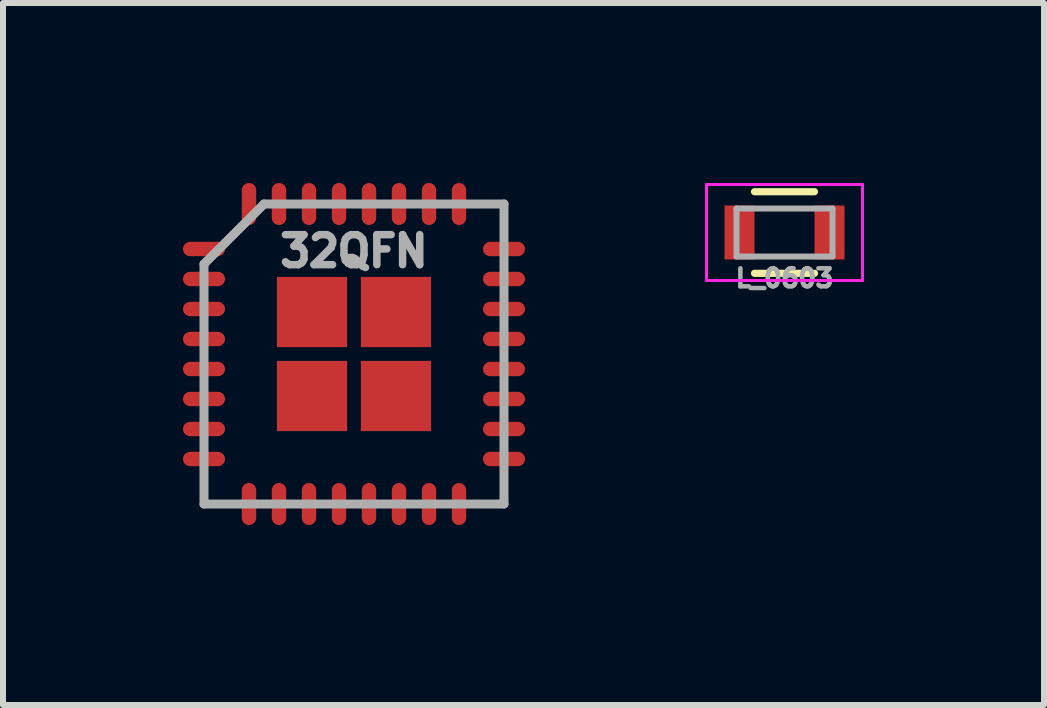
<source format=kicad_pcb>
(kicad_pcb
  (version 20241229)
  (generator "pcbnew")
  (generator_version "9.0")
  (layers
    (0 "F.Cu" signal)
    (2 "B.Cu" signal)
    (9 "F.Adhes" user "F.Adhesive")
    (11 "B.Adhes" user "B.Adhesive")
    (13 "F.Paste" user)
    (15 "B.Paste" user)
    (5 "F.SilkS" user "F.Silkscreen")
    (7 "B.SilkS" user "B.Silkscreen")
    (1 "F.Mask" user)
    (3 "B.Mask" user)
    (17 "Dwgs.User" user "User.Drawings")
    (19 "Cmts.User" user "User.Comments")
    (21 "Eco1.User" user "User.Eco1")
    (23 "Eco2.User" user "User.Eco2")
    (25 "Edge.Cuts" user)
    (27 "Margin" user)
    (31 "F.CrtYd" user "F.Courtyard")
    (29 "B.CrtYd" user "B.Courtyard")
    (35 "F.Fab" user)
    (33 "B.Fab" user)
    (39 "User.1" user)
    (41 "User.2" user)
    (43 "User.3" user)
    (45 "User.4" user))
  (footprint "32QFN"
    (layer "F.Cu")
    (at 2.85 2.85)
    (property "Reference" "32QFN" (at 0 -1.714 0) (layer "F.Fab") (effects (font (size 0.5 0.5) (thickness 0.125))))
    (attr smd)
    (fp_line (start -1.35 -1.35) (end 1.35 -1.35) (stroke (width 0.15) (type solid)) (layer "F.Mask"))
    (fp_line (start -1.35 1.35) (end -1.35 -1.35) (stroke (width 0.15) (type solid)) (layer "F.Mask"))
    (fp_line (start -1.25 0) (end 1.25 0) (stroke (width 0.3) (type solid)) (layer "F.Mask"))
    (fp_line (start 0 -1.25) (end 0 1.25) (stroke (width 0.3) (type solid)) (layer "F.Mask"))
    (fp_line (start 1.35 -1.35) (end 1.35 1.35) (stroke (width 0.15) (type solid)) (layer "F.Mask"))
    (fp_line (start 1.35 1.35) (end -1.35 1.35) (stroke (width 0.15) (type solid)) (layer "F.Mask"))
    (fp_line (start -2.5 -1.5) (end -1.5 -2.5) (stroke (width 0.15) (type solid)) (layer "F.Fab"))
    (fp_line (start -2.5 2.5) (end -2.5 -1.5) (stroke (width 0.15) (type solid)) (layer "F.Fab"))
    (fp_line (start -1.5 -2.5) (end 2.5 -2.5) (stroke (width 0.15) (type solid)) (layer "F.Fab"))
    (fp_line (start 2.5 -2.5) (end 2.5 2.5) (stroke (width 0.15) (type solid)) (layer "F.Fab"))
    (fp_line (start 2.5 2.5) (end -2.5 2.5) (stroke (width 0.15) (type solid)) (layer "F.Fab"))
    (pad "1" smd oval (at -2.5 -1.75) (size 0.7 0.24) (layers "F.Cu" "F.Mask" "F.Paste"))
    (pad "2" smd oval (at -2.5 -1.25) (size 0.7 0.24) (layers "F.Cu" "F.Mask" "F.Paste"))
    (pad "3" smd oval (at -2.5 -0.75) (size 0.7 0.24) (layers "F.Cu" "F.Mask" "F.Paste"))
    (pad "4" smd oval (at -2.5 -0.25) (size 0.7 0.24) (layers "F.Cu" "F.Mask" "F.Paste"))
    (pad "5" smd oval (at -2.5 0.25) (size 0.7 0.24) (layers "F.Cu" "F.Mask" "F.Paste"))
    (pad "6" smd oval (at -2.5 0.75) (size 0.7 0.24) (layers "F.Cu" "F.Mask" "F.Paste"))
    (pad "7" smd oval (at -2.5 1.25) (size 0.7 0.24) (layers "F.Cu" "F.Mask" "F.Paste"))
    (pad "8" smd oval (at -2.5 1.75) (size 0.7 0.24) (layers "F.Cu" "F.Mask" "F.Paste"))
    (pad "9" smd oval (at -1.75 2.5 90) (size 0.7 0.24) (layers "F.Cu" "F.Mask" "F.Paste"))
    (pad "10" smd oval (at -1.25 2.5 90) (size 0.7 0.24) (layers "F.Cu" "F.Mask" "F.Paste"))
    (pad "11" smd oval (at -0.75 2.5 90) (size 0.7 0.24) (layers "F.Cu" "F.Mask" "F.Paste"))
    (pad "12" smd oval (at -0.25 2.5 90) (size 0.7 0.24) (layers "F.Cu" "F.Mask" "F.Paste"))
    (pad "13" smd oval (at 0.25 2.5 90) (size 0.7 0.24) (layers "F.Cu" "F.Mask" "F.Paste"))
    (pad "14" smd oval (at 0.75 2.5 90) (size 0.7 0.24) (layers "F.Cu" "F.Mask" "F.Paste"))
    (pad "15" smd oval (at 1.25 2.5 90) (size 0.7 0.24) (layers "F.Cu" "F.Mask" "F.Paste"))
    (pad "16" smd oval (at 1.75 2.5 90) (size 0.7 0.24) (layers "F.Cu" "F.Mask" "F.Paste"))
    (pad "17" smd oval (at 2.5 1.75) (size 0.7 0.24) (layers "F.Cu" "F.Mask" "F.Paste"))
    (pad "18" smd oval (at 2.5 1.25) (size 0.7 0.24) (layers "F.Cu" "F.Mask" "F.Paste"))
    (pad "19" smd oval (at 2.5 0.75) (size 0.7 0.24) (layers "F.Cu" "F.Mask" "F.Paste"))
    (pad "20" smd oval (at 2.5 0.25) (size 0.7 0.24) (layers "F.Cu" "F.Mask" "F.Paste"))
    (pad "21" smd oval (at 2.5 -0.25) (size 0.7 0.24) (layers "F.Cu" "F.Mask" "F.Paste"))
    (pad "22" smd oval (at 2.5 -0.75) (size 0.7 0.24) (layers "F.Cu" "F.Mask" "F.Paste"))
    (pad "23" smd oval (at 2.5 -1.25) (size 0.7 0.24) (layers "F.Cu" "F.Mask" "F.Paste"))
    (pad "24" smd oval (at 2.5 -1.75) (size 0.7 0.24) (layers "F.Cu" "F.Mask" "F.Paste"))
    (pad "25" smd oval (at 1.75 -2.5 90) (size 0.7 0.24) (layers "F.Cu" "F.Mask" "F.Paste"))
    (pad "26" smd oval (at 1.25 -2.5 90) (size 0.7 0.24) (layers "F.Cu" "F.Mask" "F.Paste"))
    (pad "27" smd oval (at 0.75 -2.5 90) (size 0.7 0.24) (layers "F.Cu" "F.Mask" "F.Paste"))
    (pad "28" smd oval (at 0.25 -2.5 90) (size 0.7 0.24) (layers "F.Cu" "F.Mask" "F.Paste"))
    (pad "29" smd oval (at -0.25 -2.5 90) (size 0.7 0.24) (layers "F.Cu" "F.Mask" "F.Paste"))
    (pad "30" smd oval (at -0.75 -2.5 90) (size 0.7 0.24) (layers "F.Cu" "F.Mask" "F.Paste"))
    (pad "31" smd oval (at -1.25 -2.5 90) (size 0.7 0.24) (layers "F.Cu" "F.Mask" "F.Paste"))
    (pad "32" smd oval (at -1.75 -2.5 90) (size 0.7 0.24) (layers "F.Cu" "F.Mask" "F.Paste"))
    (pad "33" smd rect (at -0.7 -0.7) (size 1.17 1.17) (layers "F.Cu" "F.Mask" "F.Paste"))
    (pad "33" smd rect (at -0.7 0.7) (size 1.17 1.17) (layers "F.Cu" "F.Mask" "F.Paste"))
    (pad "33" smd rect (at 0.7 -0.7) (size 1.17 1.17) (layers "F.Cu" "F.Mask" "F.Paste"))
    (pad "33" smd rect (at 0.7 0.7) (size 1.17 1.17) (layers "F.Cu" "F.Mask" "F.Paste")))
  (footprint "L_0603"
    (layer "F.Cu")
    (at 10.025 0.825)
    (property "Reference" "L_0603" (at 0 0.762 0) (layer "F.Fab") (effects (font (size 0.3 0.3) (thickness 0.075))))
    (attr smd)
    (fp_line (start -0.5 -0.68) (end 0.5 -0.68) (stroke (width 0.12) (type solid)) (layer "F.SilkS"))
    (fp_line (start 0.5 0.68) (end -0.5 0.68) (stroke (width 0.12) (type solid)) (layer "F.SilkS"))
    (fp_line (start -1.3 -0.8) (end -1.3 0.8) (stroke (width 0.05) (type solid)) (layer "F.CrtYd"))
    (fp_line (start -1.3 -0.8) (end 1.3 -0.8) (stroke (width 0.05) (type solid)) (layer "F.CrtYd"))
    (fp_line (start -1.3 0.8) (end 1.3 0.8) (stroke (width 0.05) (type solid)) (layer "F.CrtYd"))
    (fp_line (start 1.3 -0.8) (end 1.3 0.8) (stroke (width 0.05) (type solid)) (layer "F.CrtYd"))
    (fp_line (start -0.8 -0.4) (end 0.8 -0.4) (stroke (width 0.1) (type solid)) (layer "F.Fab"))
    (fp_line (start -0.8 0.4) (end -0.8 -0.4) (stroke (width 0.1) (type solid)) (layer "F.Fab"))
    (fp_line (start 0.8 -0.4) (end 0.8 0.4) (stroke (width 0.1) (type solid)) (layer "F.Fab"))
    (fp_line (start 0.8 0.4) (end -0.8 0.4) (stroke (width 0.1) (type solid)) (layer "F.Fab"))
    (pad "1" smd rect (at -0.75 0) (size 0.5 0.9) (layers "F.Cu" "F.Mask" "F.Paste"))
    (pad "2" smd rect (at 0.75 0) (size 0.5 0.9) (layers "F.Cu" "F.Mask" "F.Paste")))
  (gr_rect
    (start -3 -3)
    (end 14.35 8.7)
    (stroke (width 0.1) (type default))
    (fill no)
    (layer "Edge.Cuts")))
</source>
